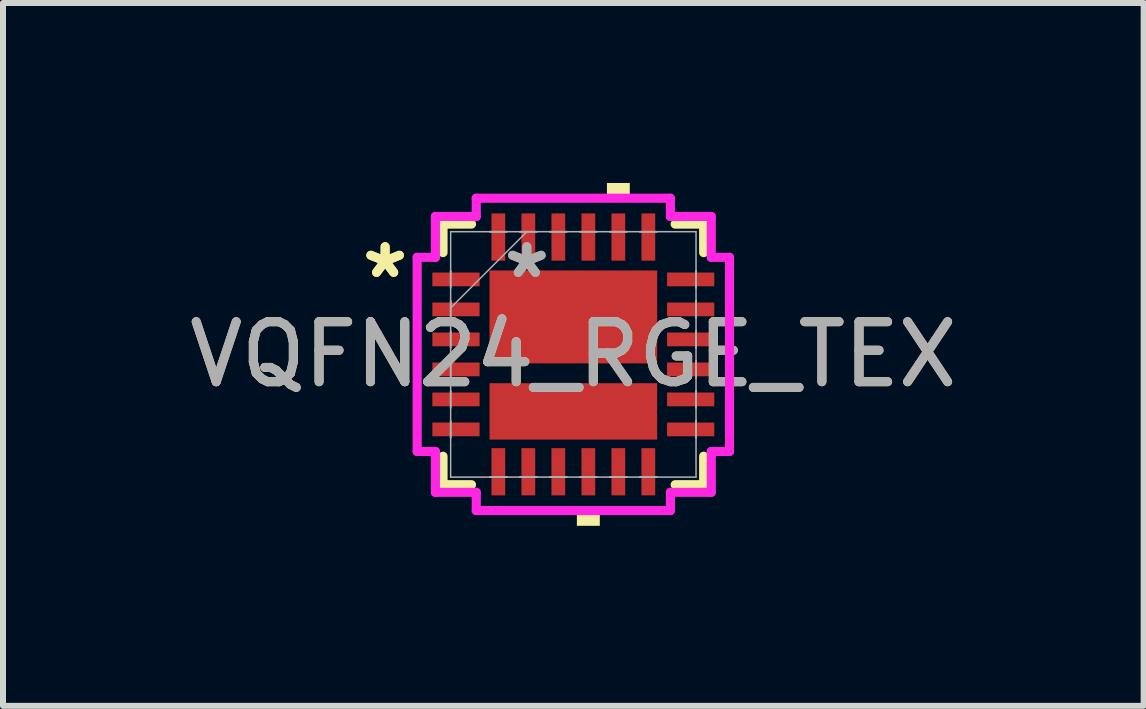
<source format=kicad_pcb>
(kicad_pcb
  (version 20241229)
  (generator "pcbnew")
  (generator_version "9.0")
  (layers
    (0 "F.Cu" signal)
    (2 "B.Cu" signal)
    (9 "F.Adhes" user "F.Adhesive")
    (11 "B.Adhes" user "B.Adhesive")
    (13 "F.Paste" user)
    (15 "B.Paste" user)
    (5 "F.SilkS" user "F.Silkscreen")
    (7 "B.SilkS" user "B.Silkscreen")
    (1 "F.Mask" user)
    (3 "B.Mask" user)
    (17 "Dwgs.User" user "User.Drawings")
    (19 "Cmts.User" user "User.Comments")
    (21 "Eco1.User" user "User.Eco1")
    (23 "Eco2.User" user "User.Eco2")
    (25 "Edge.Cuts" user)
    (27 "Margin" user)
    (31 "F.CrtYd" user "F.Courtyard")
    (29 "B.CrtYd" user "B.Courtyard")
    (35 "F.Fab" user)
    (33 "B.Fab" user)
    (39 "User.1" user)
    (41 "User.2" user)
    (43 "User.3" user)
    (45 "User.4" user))
  (footprint "VQFN24_RGE_TEX"
    (layer "F.Cu")
    (at 6.506 2.857)
    (property "Reference" "VQFN24_RGE_TEX" (at 0 0 0) (unlocked yes) (layer "F.SilkS") (effects (font (size 1 1) (thickness 0.15))))
    (attr smd)
    (fp_line (start -2.172 -2.172) (end -2.172 -1.697) (stroke (width 0.152) (type solid)) (layer "F.SilkS"))
    (fp_line (start -2.172 1.697) (end -2.172 2.172) (stroke (width 0.152) (type solid)) (layer "F.SilkS"))
    (fp_line (start -2.172 2.172) (end -1.697 2.172) (stroke (width 0.152) (type solid)) (layer "F.SilkS"))
    (fp_line (start -1.697 -2.172) (end -2.172 -2.172) (stroke (width 0.152) (type solid)) (layer "F.SilkS"))
    (fp_line (start 1.697 2.172) (end 2.172 2.172) (stroke (width 0.152) (type solid)) (layer "F.SilkS"))
    (fp_line (start 2.172 -2.172) (end 1.697 -2.172) (stroke (width 0.152) (type solid)) (layer "F.SilkS"))
    (fp_line (start 2.172 -1.697) (end 2.172 -2.172) (stroke (width 0.152) (type solid)) (layer "F.SilkS"))
    (fp_line (start 2.172 2.172) (end 2.172 1.697) (stroke (width 0.152) (type solid)) (layer "F.SilkS"))
    (fp_poly (pts (xy 0.059 2.603) (xy 0.059 2.857) (xy 0.441 2.857) (xy 0.441 2.603)) (stroke (width 0) (type solid)) (fill yes) (layer "F.SilkS"))
    (fp_poly (pts (xy 0.56 -2.603) (xy 0.56 -2.857) (xy 0.941 -2.857) (xy 0.941 -2.603)) (stroke (width 0) (type solid)) (fill yes) (layer "F.SilkS"))
    (fp_line (start -2.603 -1.618) (end -2.299 -1.618) (stroke (width 0.152) (type solid)) (layer "F.CrtYd"))
    (fp_line (start -2.603 1.618) (end -2.603 -1.618) (stroke (width 0.152) (type solid)) (layer "F.CrtYd"))
    (fp_line (start -2.299 -2.299) (end -1.618 -2.299) (stroke (width 0.152) (type solid)) (layer "F.CrtYd"))
    (fp_line (start -2.299 -1.618) (end -2.299 -2.299) (stroke (width 0.152) (type solid)) (layer "F.CrtYd"))
    (fp_line (start -2.299 1.618) (end -2.603 1.618) (stroke (width 0.152) (type solid)) (layer "F.CrtYd"))
    (fp_line (start -2.299 2.299) (end -2.299 1.618) (stroke (width 0.152) (type solid)) (layer "F.CrtYd"))
    (fp_line (start -1.618 -2.603) (end 1.618 -2.603) (stroke (width 0.152) (type solid)) (layer "F.CrtYd"))
    (fp_line (start -1.618 -2.299) (end -1.618 -2.603) (stroke (width 0.152) (type solid)) (layer "F.CrtYd"))
    (fp_line (start -1.618 2.299) (end -2.299 2.299) (stroke (width 0.152) (type solid)) (layer "F.CrtYd"))
    (fp_line (start -1.618 2.603) (end -1.618 2.299) (stroke (width 0.152) (type solid)) (layer "F.CrtYd"))
    (fp_line (start 1.618 -2.603) (end 1.618 -2.299) (stroke (width 0.152) (type solid)) (layer "F.CrtYd"))
    (fp_line (start 1.618 -2.299) (end 2.299 -2.299) (stroke (width 0.152) (type solid)) (layer "F.CrtYd"))
    (fp_line (start 1.618 2.299) (end 1.618 2.603) (stroke (width 0.152) (type solid)) (layer "F.CrtYd"))
    (fp_line (start 1.618 2.603) (end -1.618 2.603) (stroke (width 0.152) (type solid)) (layer "F.CrtYd"))
    (fp_line (start 2.299 -2.299) (end 2.299 -1.618) (stroke (width 0.152) (type solid)) (layer "F.CrtYd"))
    (fp_line (start 2.299 -1.618) (end 2.603 -1.618) (stroke (width 0.152) (type solid)) (layer "F.CrtYd"))
    (fp_line (start 2.299 1.618) (end 2.299 2.299) (stroke (width 0.152) (type solid)) (layer "F.CrtYd"))
    (fp_line (start 2.299 2.299) (end 1.618 2.299) (stroke (width 0.152) (type solid)) (layer "F.CrtYd"))
    (fp_line (start 2.603 -1.618) (end 2.603 1.618) (stroke (width 0.152) (type solid)) (layer "F.CrtYd"))
    (fp_line (start 2.603 1.618) (end 2.299 1.618) (stroke (width 0.152) (type solid)) (layer "F.CrtYd"))
    (fp_line (start -2.045 -2.045) (end -2.045 2.045) (stroke (width 0.025) (type solid)) (layer "F.Fab"))
    (fp_line (start -2.045 -1.39) (end -2.045 -1.39) (stroke (width 0.025) (type solid)) (layer "F.Fab"))
    (fp_line (start -2.045 -1.39) (end -2.045 -1.11) (stroke (width 0.025) (type solid)) (layer "F.Fab"))
    (fp_line (start -2.045 -1.11) (end -2.045 -1.39) (stroke (width 0.025) (type solid)) (layer "F.Fab"))
    (fp_line (start -2.045 -1.11) (end -2.045 -1.11) (stroke (width 0.025) (type solid)) (layer "F.Fab"))
    (fp_line (start -2.045 -0.89) (end -2.045 -0.89) (stroke (width 0.025) (type solid)) (layer "F.Fab"))
    (fp_line (start -2.045 -0.89) (end -2.045 -0.61) (stroke (width 0.025) (type solid)) (layer "F.Fab"))
    (fp_line (start -2.045 -0.775) (end -0.775 -2.045) (stroke (width 0.025) (type solid)) (layer "F.Fab"))
    (fp_line (start -2.045 -0.61) (end -2.045 -0.89) (stroke (width 0.025) (type solid)) (layer "F.Fab"))
    (fp_line (start -2.045 -0.61) (end -2.045 -0.61) (stroke (width 0.025) (type solid)) (layer "F.Fab"))
    (fp_line (start -2.045 -0.39) (end -2.045 -0.39) (stroke (width 0.025) (type solid)) (layer "F.Fab"))
    (fp_line (start -2.045 -0.39) (end -2.045 -0.11) (stroke (width 0.025) (type solid)) (layer "F.Fab"))
    (fp_line (start -2.045 -0.11) (end -2.045 -0.39) (stroke (width 0.025) (type solid)) (layer "F.Fab"))
    (fp_line (start -2.045 -0.11) (end -2.045 -0.11) (stroke (width 0.025) (type solid)) (layer "F.Fab"))
    (fp_line (start -2.045 0.11) (end -2.045 0.11) (stroke (width 0.025) (type solid)) (layer "F.Fab"))
    (fp_line (start -2.045 0.11) (end -2.045 0.39) (stroke (width 0.025) (type solid)) (layer "F.Fab"))
    (fp_line (start -2.045 0.39) (end -2.045 0.11) (stroke (width 0.025) (type solid)) (layer "F.Fab"))
    (fp_line (start -2.045 0.39) (end -2.045 0.39) (stroke (width 0.025) (type solid)) (layer "F.Fab"))
    (fp_line (start -2.045 0.61) (end -2.045 0.61) (stroke (width 0.025) (type solid)) (layer "F.Fab"))
    (fp_line (start -2.045 0.61) (end -2.045 0.89) (stroke (width 0.025) (type solid)) (layer "F.Fab"))
    (fp_line (start -2.045 0.89) (end -2.045 0.61) (stroke (width 0.025) (type solid)) (layer "F.Fab"))
    (fp_line (start -2.045 0.89) (end -2.045 0.89) (stroke (width 0.025) (type solid)) (layer "F.Fab"))
    (fp_line (start -2.045 1.11) (end -2.045 1.11) (stroke (width 0.025) (type solid)) (layer "F.Fab"))
    (fp_line (start -2.045 1.11) (end -2.045 1.39) (stroke (width 0.025) (type solid)) (layer "F.Fab"))
    (fp_line (start -2.045 1.39) (end -2.045 1.11) (stroke (width 0.025) (type solid)) (layer "F.Fab"))
    (fp_line (start -2.045 1.39) (end -2.045 1.39) (stroke (width 0.025) (type solid)) (layer "F.Fab"))
    (fp_line (start -2.045 2.045) (end 2.045 2.045) (stroke (width 0.025) (type solid)) (layer "F.Fab"))
    (fp_line (start -1.39 -2.045) (end -1.39 -2.045) (stroke (width 0.025) (type solid)) (layer "F.Fab"))
    (fp_line (start -1.39 -2.045) (end -1.11 -2.045) (stroke (width 0.025) (type solid)) (layer "F.Fab"))
    (fp_line (start -1.39 2.045) (end -1.39 2.045) (stroke (width 0.025) (type solid)) (layer "F.Fab"))
    (fp_line (start -1.39 2.045) (end -1.11 2.045) (stroke (width 0.025) (type solid)) (layer "F.Fab"))
    (fp_line (start -1.11 -2.045) (end -1.39 -2.045) (stroke (width 0.025) (type solid)) (layer "F.Fab"))
    (fp_line (start -1.11 -2.045) (end -1.11 -2.045) (stroke (width 0.025) (type solid)) (layer "F.Fab"))
    (fp_line (start -1.11 2.045) (end -1.39 2.045) (stroke (width 0.025) (type solid)) (layer "F.Fab"))
    (fp_line (start -1.11 2.045) (end -1.11 2.045) (stroke (width 0.025) (type solid)) (layer "F.Fab"))
    (fp_line (start -0.89 -2.045) (end -0.89 -2.045) (stroke (width 0.025) (type solid)) (layer "F.Fab"))
    (fp_line (start -0.89 -2.045) (end -0.61 -2.045) (stroke (width 0.025) (type solid)) (layer "F.Fab"))
    (fp_line (start -0.89 2.045) (end -0.89 2.045) (stroke (width 0.025) (type solid)) (layer "F.Fab"))
    (fp_line (start -0.89 2.045) (end -0.61 2.045) (stroke (width 0.025) (type solid)) (layer "F.Fab"))
    (fp_line (start -0.61 -2.045) (end -0.89 -2.045) (stroke (width 0.025) (type solid)) (layer "F.Fab"))
    (fp_line (start -0.61 -2.045) (end -0.61 -2.045) (stroke (width 0.025) (type solid)) (layer "F.Fab"))
    (fp_line (start -0.61 2.045) (end -0.89 2.045) (stroke (width 0.025) (type solid)) (layer "F.Fab"))
    (fp_line (start -0.61 2.045) (end -0.61 2.045) (stroke (width 0.025) (type solid)) (layer "F.Fab"))
    (fp_line (start -0.39 -2.045) (end -0.39 -2.045) (stroke (width 0.025) (type solid)) (layer "F.Fab"))
    (fp_line (start -0.39 -2.045) (end -0.11 -2.045) (stroke (width 0.025) (type solid)) (layer "F.Fab"))
    (fp_line (start -0.39 2.045) (end -0.39 2.045) (stroke (width 0.025) (type solid)) (layer "F.Fab"))
    (fp_line (start -0.39 2.045) (end -0.11 2.045) (stroke (width 0.025) (type solid)) (layer "F.Fab"))
    (fp_line (start -0.11 -2.045) (end -0.39 -2.045) (stroke (width 0.025) (type solid)) (layer "F.Fab"))
    (fp_line (start -0.11 -2.045) (end -0.11 -2.045) (stroke (width 0.025) (type solid)) (layer "F.Fab"))
    (fp_line (start -0.11 2.045) (end -0.39 2.045) (stroke (width 0.025) (type solid)) (layer "F.Fab"))
    (fp_line (start -0.11 2.045) (end -0.11 2.045) (stroke (width 0.025) (type solid)) (layer "F.Fab"))
    (fp_line (start 0.11 -2.045) (end 0.11 -2.045) (stroke (width 0.025) (type solid)) (layer "F.Fab"))
    (fp_line (start 0.11 -2.045) (end 0.39 -2.045) (stroke (width 0.025) (type solid)) (layer "F.Fab"))
    (fp_line (start 0.11 2.045) (end 0.11 2.045) (stroke (width 0.025) (type solid)) (layer "F.Fab"))
    (fp_line (start 0.11 2.045) (end 0.39 2.045) (stroke (width 0.025) (type solid)) (layer "F.Fab"))
    (fp_line (start 0.39 -2.045) (end 0.11 -2.045) (stroke (width 0.025) (type solid)) (layer "F.Fab"))
    (fp_line (start 0.39 -2.045) (end 0.39 -2.045) (stroke (width 0.025) (type solid)) (layer "F.Fab"))
    (fp_line (start 0.39 2.045) (end 0.11 2.045) (stroke (width 0.025) (type solid)) (layer "F.Fab"))
    (fp_line (start 0.39 2.045) (end 0.39 2.045) (stroke (width 0.025) (type solid)) (layer "F.Fab"))
    (fp_line (start 0.61 -2.045) (end 0.61 -2.045) (stroke (width 0.025) (type solid)) (layer "F.Fab"))
    (fp_line (start 0.61 -2.045) (end 0.89 -2.045) (stroke (width 0.025) (type solid)) (layer "F.Fab"))
    (fp_line (start 0.61 2.045) (end 0.61 2.045) (stroke (width 0.025) (type solid)) (layer "F.Fab"))
    (fp_line (start 0.61 2.045) (end 0.89 2.045) (stroke (width 0.025) (type solid)) (layer "F.Fab"))
    (fp_line (start 0.89 -2.045) (end 0.61 -2.045) (stroke (width 0.025) (type solid)) (layer "F.Fab"))
    (fp_line (start 0.89 -2.045) (end 0.89 -2.045) (stroke (width 0.025) (type solid)) (layer "F.Fab"))
    (fp_line (start 0.89 2.045) (end 0.61 2.045) (stroke (width 0.025) (type solid)) (layer "F.Fab"))
    (fp_line (start 0.89 2.045) (end 0.89 2.045) (stroke (width 0.025) (type solid)) (layer "F.Fab"))
    (fp_line (start 1.11 -2.045) (end 1.11 -2.045) (stroke (width 0.025) (type solid)) (layer "F.Fab"))
    (fp_line (start 1.11 -2.045) (end 1.39 -2.045) (stroke (width 0.025) (type solid)) (layer "F.Fab"))
    (fp_line (start 1.11 2.045) (end 1.11 2.045) (stroke (width 0.025) (type solid)) (layer "F.Fab"))
    (fp_line (start 1.11 2.045) (end 1.39 2.045) (stroke (width 0.025) (type solid)) (layer "F.Fab"))
    (fp_line (start 1.39 -2.045) (end 1.11 -2.045) (stroke (width 0.025) (type solid)) (layer "F.Fab"))
    (fp_line (start 1.39 -2.045) (end 1.39 -2.045) (stroke (width 0.025) (type solid)) (layer "F.Fab"))
    (fp_line (start 1.39 2.045) (end 1.11 2.045) (stroke (width 0.025) (type solid)) (layer "F.Fab"))
    (fp_line (start 1.39 2.045) (end 1.39 2.045) (stroke (width 0.025) (type solid)) (layer "F.Fab"))
    (fp_line (start 2.045 -2.045) (end -2.045 -2.045) (stroke (width 0.025) (type solid)) (layer "F.Fab"))
    (fp_line (start 2.045 -1.39) (end 2.045 -1.39) (stroke (width 0.025) (type solid)) (layer "F.Fab"))
    (fp_line (start 2.045 -1.39) (end 2.045 -1.11) (stroke (width 0.025) (type solid)) (layer "F.Fab"))
    (fp_line (start 2.045 -1.11) (end 2.045 -1.39) (stroke (width 0.025) (type solid)) (layer "F.Fab"))
    (fp_line (start 2.045 -1.11) (end 2.045 -1.11) (stroke (width 0.025) (type solid)) (layer "F.Fab"))
    (fp_line (start 2.045 -0.89) (end 2.045 -0.89) (stroke (width 0.025) (type solid)) (layer "F.Fab"))
    (fp_line (start 2.045 -0.89) (end 2.045 -0.61) (stroke (width 0.025) (type solid)) (layer "F.Fab"))
    (fp_line (start 2.045 -0.61) (end 2.045 -0.89) (stroke (width 0.025) (type solid)) (layer "F.Fab"))
    (fp_line (start 2.045 -0.61) (end 2.045 -0.61) (stroke (width 0.025) (type solid)) (layer "F.Fab"))
    (fp_line (start 2.045 -0.39) (end 2.045 -0.39) (stroke (width 0.025) (type solid)) (layer "F.Fab"))
    (fp_line (start 2.045 -0.39) (end 2.045 -0.11) (stroke (width 0.025) (type solid)) (layer "F.Fab"))
    (fp_line (start 2.045 -0.11) (end 2.045 -0.39) (stroke (width 0.025) (type solid)) (layer "F.Fab"))
    (fp_line (start 2.045 -0.11) (end 2.045 -0.11) (stroke (width 0.025) (type solid)) (layer "F.Fab"))
    (fp_line (start 2.045 0.11) (end 2.045 0.11) (stroke (width 0.025) (type solid)) (layer "F.Fab"))
    (fp_line (start 2.045 0.11) (end 2.045 0.39) (stroke (width 0.025) (type solid)) (layer "F.Fab"))
    (fp_line (start 2.045 0.39) (end 2.045 0.11) (stroke (width 0.025) (type solid)) (layer "F.Fab"))
    (fp_line (start 2.045 0.39) (end 2.045 0.39) (stroke (width 0.025) (type solid)) (layer "F.Fab"))
    (fp_line (start 2.045 0.61) (end 2.045 0.61) (stroke (width 0.025) (type solid)) (layer "F.Fab"))
    (fp_line (start 2.045 0.61) (end 2.045 0.89) (stroke (width 0.025) (type solid)) (layer "F.Fab"))
    (fp_line (start 2.045 0.89) (end 2.045 0.61) (stroke (width 0.025) (type solid)) (layer "F.Fab"))
    (fp_line (start 2.045 0.89) (end 2.045 0.89) (stroke (width 0.025) (type solid)) (layer "F.Fab"))
    (fp_line (start 2.045 1.11) (end 2.045 1.11) (stroke (width 0.025) (type solid)) (layer "F.Fab"))
    (fp_line (start 2.045 1.11) (end 2.045 1.39) (stroke (width 0.025) (type solid)) (layer "F.Fab"))
    (fp_line (start 2.045 1.39) (end 2.045 1.11) (stroke (width 0.025) (type solid)) (layer "F.Fab"))
    (fp_line (start 2.045 1.39) (end 2.045 1.39) (stroke (width 0.025) (type solid)) (layer "F.Fab"))
    (fp_line (start 2.045 2.045) (end 2.045 -2.045) (stroke (width 0.025) (type solid)) (layer "F.Fab"))
    (fp_text user "*" (at -3.137 -1.25 0) (layer "F.SilkS") (effects (font (size 1 1) (thickness 0.15))))
    (fp_text user "*" (at -3.137 -1.25 0) (unlocked yes) (layer "F.SilkS") (effects (font (size 1 1) (thickness 0.15))))
    (fp_text user "*" (at -0.775 -1.25 0) (unlocked yes) (layer "F.Fab") (effects (font (size 1 1) (thickness 0.15))))
    (fp_text user "${REFERENCE}" (at 0 0 0) (unlocked yes) (layer "F.Fab") (effects (font (size 1 1) (thickness 0.15))))
    (fp_text user "*" (at -0.775 -1.25 0) (layer "F.Fab") (effects (font (size 1 1) (thickness 0.15))))
    (pad "1" smd rect (at -1.956 -1.25 90) (size 0.229 0.787) (layers "F.Cu" "F.Mask" "F.Paste"))
    (pad "2" smd rect (at -1.956 -0.75 90) (size 0.229 0.787) (layers "F.Cu" "F.Mask" "F.Paste"))
    (pad "3" smd rect (at -1.956 -0.25 90) (size 0.229 0.787) (layers "F.Cu" "F.Mask" "F.Paste"))
    (pad "4" smd rect (at -1.956 0.25 90) (size 0.229 0.787) (layers "F.Cu" "F.Mask" "F.Paste"))
    (pad "5" smd rect (at -1.956 0.75 90) (size 0.229 0.787) (layers "F.Cu" "F.Mask" "F.Paste"))
    (pad "6" smd rect (at -1.956 1.25 90) (size 0.229 0.787) (layers "F.Cu" "F.Mask" "F.Paste"))
    (pad "7" smd rect (at -1.25 1.956) (size 0.229 0.787) (layers "F.Cu" "F.Mask" "F.Paste"))
    (pad "8" smd rect (at -0.75 1.956) (size 0.229 0.787) (layers "F.Cu" "F.Mask" "F.Paste"))
    (pad "9" smd rect (at -0.25 1.956) (size 0.229 0.787) (layers "F.Cu" "F.Mask" "F.Paste"))
    (pad "10" smd rect (at 0.25 1.956) (size 0.229 0.787) (layers "F.Cu" "F.Mask" "F.Paste"))
    (pad "11" smd rect (at 0.75 1.956) (size 0.229 0.787) (layers "F.Cu" "F.Mask" "F.Paste"))
    (pad "12" smd rect (at 1.25 1.956) (size 0.229 0.787) (layers "F.Cu" "F.Mask" "F.Paste"))
    (pad "13" smd rect (at 1.956 1.25 90) (size 0.229 0.787) (layers "F.Cu" "F.Mask" "F.Paste"))
    (pad "14" smd rect (at 1.956 0.75 90) (size 0.229 0.787) (layers "F.Cu" "F.Mask" "F.Paste"))
    (pad "15" smd rect (at 1.956 0.25 90) (size 0.229 0.787) (layers "F.Cu" "F.Mask" "F.Paste"))
    (pad "16" smd rect (at 1.956 -0.25 90) (size 0.229 0.787) (layers "F.Cu" "F.Mask" "F.Paste"))
    (pad "17" smd rect (at 1.956 -0.75 90) (size 0.229 0.787) (layers "F.Cu" "F.Mask" "F.Paste"))
    (pad "18" smd rect (at 1.956 -1.25 90) (size 0.229 0.787) (layers "F.Cu" "F.Mask" "F.Paste"))
    (pad "19" smd rect (at 1.25 -1.956) (size 0.229 0.787) (layers "F.Cu" "F.Mask" "F.Paste"))
    (pad "20" smd rect (at 0.75 -1.956) (size 0.229 0.787) (layers "F.Cu" "F.Mask" "F.Paste"))
    (pad "21" smd rect (at 0.25 -1.956) (size 0.229 0.787) (layers "F.Cu" "F.Mask" "F.Paste"))
    (pad "22" smd rect (at -0.25 -1.956) (size 0.229 0.787) (layers "F.Cu" "F.Mask" "F.Paste"))
    (pad "23" smd rect (at -0.75 -1.956) (size 0.229 0.787) (layers "F.Cu" "F.Mask" "F.Paste"))
    (pad "24" smd rect (at -1.25 -1.956) (size 0.229 0.787) (layers "F.Cu" "F.Mask" "F.Paste"))
    (pad "25" smd rect (at 0 -0.625) (size 2.794 1.549) (layers "F.Cu" "F.Mask" "F.Paste"))
    (pad "26" smd rect (at 0 0.95) (size 2.794 0.94) (layers "F.Cu" "F.Mask" "F.Paste")))
  (gr_rect
    (start -3 -3)
    (end 16.012 8.715)
    (stroke (width 0.1) (type default))
    (fill no)
    (layer "Edge.Cuts")))
</source>
